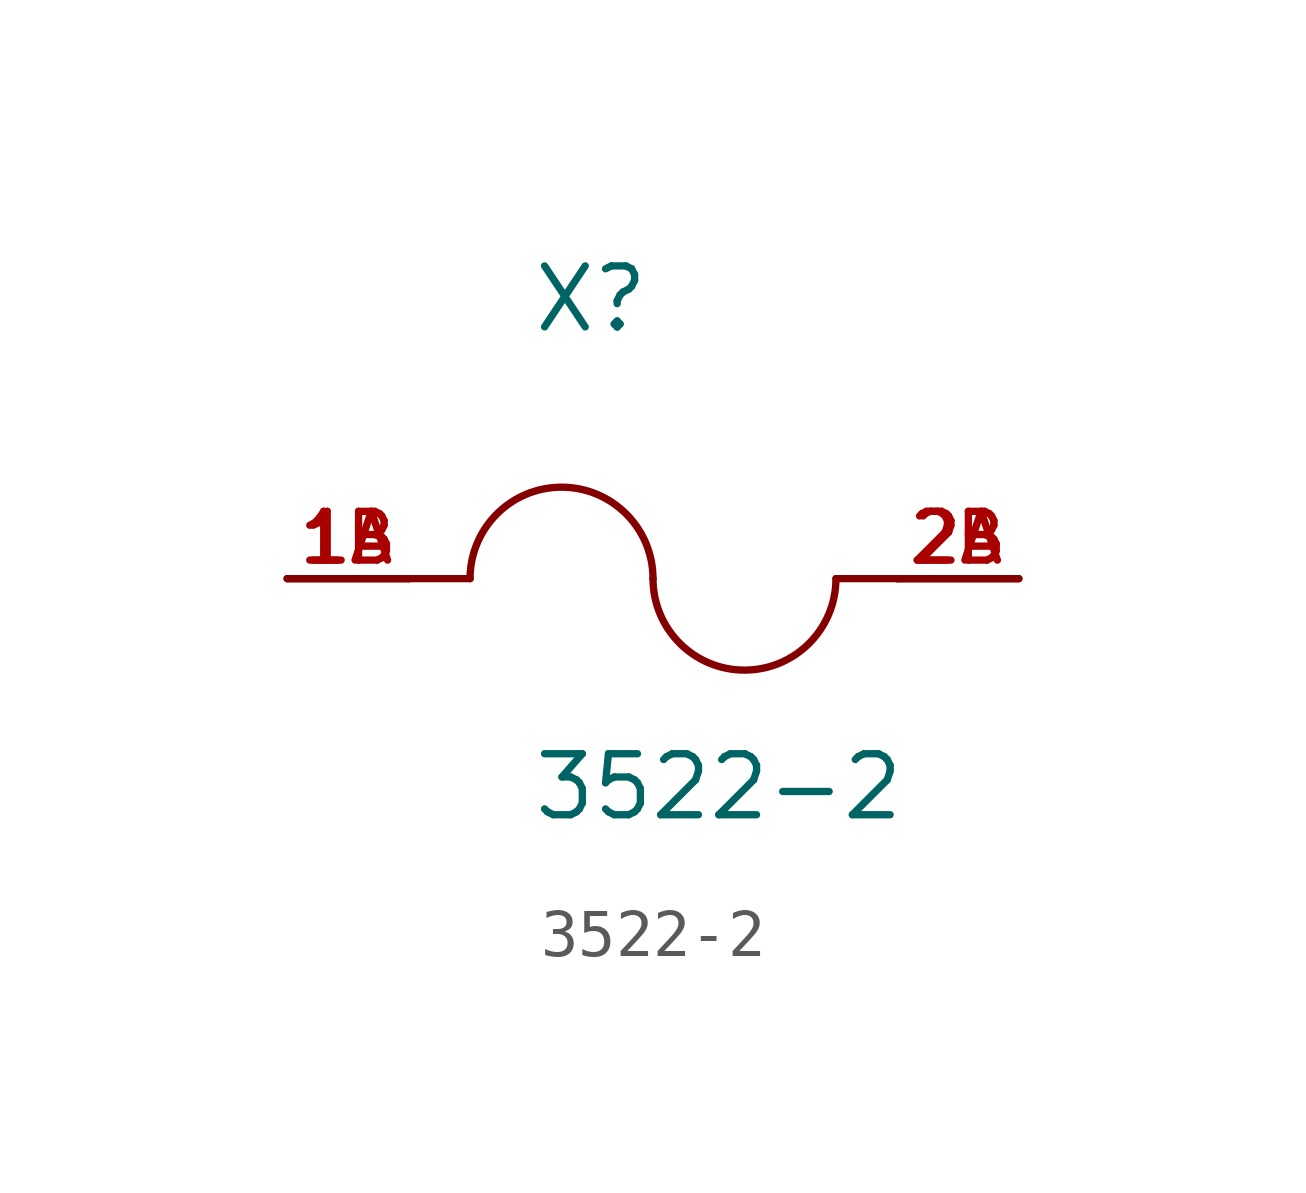
<source format=kicad_sym>
(kicad_symbol_lib
  (version 20211014)
  (generator kicad_symbol_editor)
  (symbol "3522-2"
    (pin_names
      (offset 1.016))
    (property "Reference" "X"
      (at -2.54 5.08 0)
      (effects (font (size 1.27 1.27)) (justify bottom left)))
    (property "Value" "3522-2"
      (at -2.54 -5.08 0)
      (effects (font (size 1.27 1.27)) (justify bottom left)))
    (symbol "3522-2_0_0"
      (arc (start 0.0 0.0) (mid -1.905 1.905) (end -3.81 0.0) (stroke (width 0.1524) (type default) (color 0 0 0 0)) (fill (type none)))
      (arc (start 3.81 0.0) (mid 1.905 -1.905) (end 0.0 0.0) (stroke (width 0.1524) (type default) (color 0 0 0 0)) (fill (type none)))
      (polyline (pts (xy 5.08 0.0) (xy 3.81 0.0)) (stroke (width 0.152)))
      (polyline (pts (xy -5.08 0.0) (xy -3.81 0.0)) (stroke (width 0.152)))
      (pin passive line (at 7.62 0.0 180.0) (length 2.54) (name "~" (effects (font (size 1.016 1.016)))) (number "2A" (effects (font (size 1.016 1.016)))))
      (pin passive line (at 7.62 0.0 180.0) (length 2.54) (name "~" (effects (font (size 1.016 1.016)))) (number "2B" (effects (font (size 1.016 1.016)))))
      (pin passive line (at -7.62 0.0 0) (length 2.54) (name "~" (effects (font (size 1.016 1.016)))) (number "1A" (effects (font (size 1.016 1.016)))))
      (pin passive line (at -7.62 0.0 0) (length 2.54) (name "~" (effects (font (size 1.016 1.016)))) (number "1B" (effects (font (size 1.016 1.016))))))))
</source>
